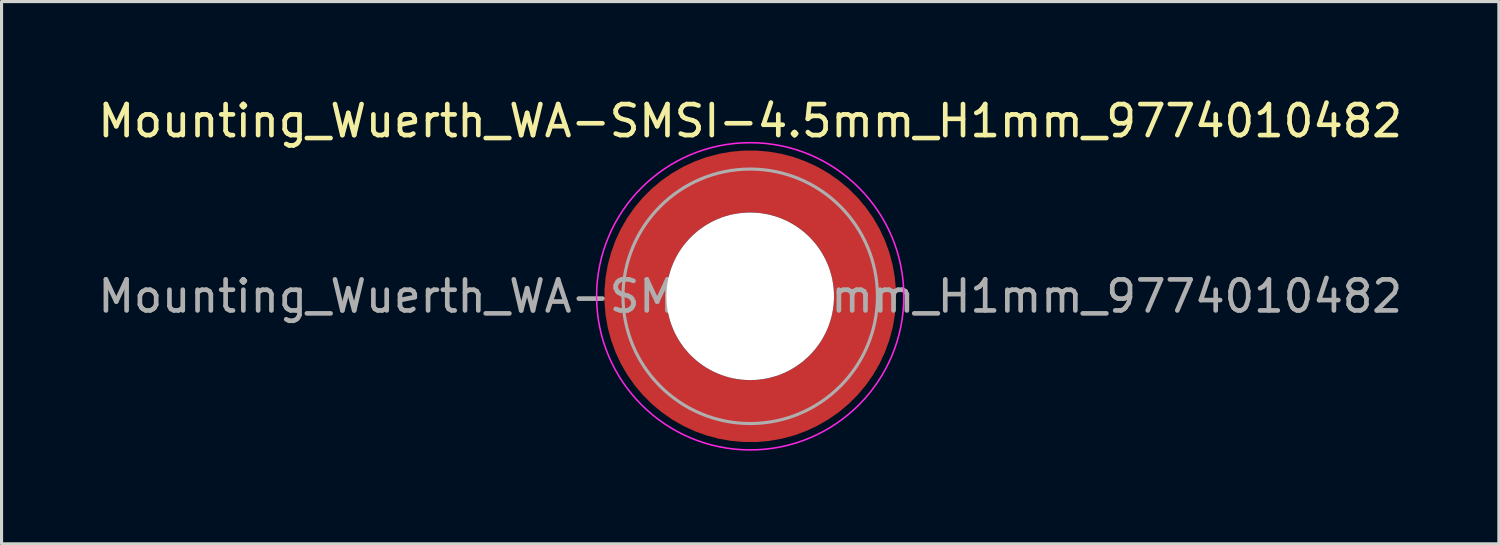
<source format=kicad_pcb>
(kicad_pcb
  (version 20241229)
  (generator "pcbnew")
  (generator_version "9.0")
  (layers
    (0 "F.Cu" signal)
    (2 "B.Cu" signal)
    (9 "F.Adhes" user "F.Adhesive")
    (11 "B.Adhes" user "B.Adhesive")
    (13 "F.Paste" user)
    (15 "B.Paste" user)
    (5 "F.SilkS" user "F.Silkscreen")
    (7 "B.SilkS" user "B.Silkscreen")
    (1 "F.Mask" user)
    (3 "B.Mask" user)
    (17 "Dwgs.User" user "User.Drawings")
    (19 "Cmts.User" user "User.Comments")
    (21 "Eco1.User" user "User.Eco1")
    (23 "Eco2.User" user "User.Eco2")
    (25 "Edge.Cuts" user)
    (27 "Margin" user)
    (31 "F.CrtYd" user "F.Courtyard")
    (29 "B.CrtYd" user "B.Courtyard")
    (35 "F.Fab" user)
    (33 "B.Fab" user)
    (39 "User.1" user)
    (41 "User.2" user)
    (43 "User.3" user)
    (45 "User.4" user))
  (footprint "Mounting_Wuerth_WA-SMSI-4.5mm_H1mm_9774010482"
    (layer "F.Cu")
    (at 21.125 6.498)
    (property "Reference" "Mounting_Wuerth_WA-SMSI-4.5mm_H1mm_9774010482" (at 0 -5.65 0) (layer "F.SilkS") (effects (font (size 1 1) (thickness 0.15))))
    (attr smd)
    (fp_circle (center 0 0) (end 4.95 0) (stroke (width 0.05) (type solid)) (fill no) (layer "F.CrtYd"))
    (fp_circle (center 0 0) (end 4.1 0) (stroke (width 0.1) (type solid)) (fill no) (layer "F.Fab"))
    (fp_text user "${REFERENCE}" (at 0 0 0) (layer "F.Fab") (effects (font (size 1 1) (thickness 0.15))))
    (pad "" smd custom (at -2.607 -2.607) (size 1.495 1.495) (layers "F.Paste") (options (anchor circle)) (primitives (gr_arc (start -0.188183 2.107456) (mid 0.598928 0.599619) (end 2.106494 -0.188011) (width 0.2)) (gr_arc (start -0.289416 2.107456) (mid 0.528508 0.529033) (end 2.106724 -0.28929) (width 0.2)) (gr_arc (start -0.390547 2.107456) (mid 0.457087 0.459449) (end 2.104161 -0.389996) (width 0.2)) (gr_arc (start -0.491585 2.107456) (mid 0.386415 0.389116) (end 2.103685 -0.490974) (width 0.2)) (gr_arc (start -0.59254 2.107456) (mid 0.31649 0.318035) (end 2.105297 -0.592202) (width 0.2)) (gr_arc (start -0.693419 2.107456) (mid 0.245252 0.248268) (end 2.103239 -0.692777) (width 0.2)) (gr_arc (start -0.794229 2.107456) (mid 0.174636 0.177878) (end 2.102921 -0.793559) (width 0.2)) (gr_arc (start -0.894975 2.107456) (mid 0.104643 0.106866) (end 2.104343 -0.894529) (width 0.2)) (gr_arc (start -0.995664 2.107456) (mid 0.033026 0.037479) (end 2.101219 -0.994793) (width 0.2)) (gr_arc (start -1.0963 2.107456) (mid -0.035789 -0.034714) (end 2.105949 -1.096096) (width 0.2)) (gr_arc (start -1.196886 2.107456) (mid -0.106351 -0.105157) (end 2.105783 -1.196666) (width 0.2)) (gr_arc (start -1.297427 2.107456) (mid -0.176416 -0.176097) (end 2.107009 -1.29737) (width 0.2)) (gr_arc (start -1.397927 2.107456) (mid -0.248476 -0.245042) (end 2.102638 -1.397323) (width 0.2)) (gr_arc (start -1.498388 2.107456) (mid -0.317612 -0.316913) (end 2.106475 -1.498268) (width 0.2)) (gr_arc (start -1.598813 2.107456) (mid -0.388865 -0.386665) (end 2.104366 -1.598444) (width 0.2)) (gr_arc (start -1.699204 2.107456) (mid -0.459747 -0.456787) (end 2.103299 -1.698719) (width 0.2)) (gr_arc (start -1.799565 2.107456) (mid -0.530257 -0.527283) (end 2.103277 -1.799089) (width 0.2)) (gr_arc (start -1.899896 2.107456) (mid -0.600396 -0.59815) (end 2.104299 -1.899545) (width 0.2)) (gr_arc (start -1.899896 2.107456) (mid -0.600396 -0.59815) (end 2.104299 -1.899545) (width 0.2)) (gr_line (start 2.107 -0.188) (end 2.107 -1.9) (width 0.2)) (gr_line (start -0.188 2.107) (end -1.9 2.107) (width 0.2))))
    (pad "" smd custom (at -2.607 2.607) (size 1.495 1.495) (layers "F.Paste") (options (anchor circle)) (primitives (gr_arc (start 2.107456 0.188183) (mid 0.599619 -0.598928) (end -0.188011 -2.106494) (width 0.2)) (gr_arc (start 2.107456 0.289416) (mid 0.529033 -0.528508) (end -0.28929 -2.106724) (width 0.2)) (gr_arc (start 2.107456 0.390547) (mid 0.459449 -0.457087) (end -0.389996 -2.104161) (width 0.2)) (gr_arc (start 2.107456 0.491585) (mid 0.389116 -0.386415) (end -0.490974 -2.103685) (width 0.2)) (gr_arc (start 2.107456 0.59254) (mid 0.318035 -0.31649) (end -0.592202 -2.105297) (width 0.2)) (gr_arc (start 2.107456 0.693419) (mid 0.248268 -0.245252) (end -0.692777 -2.103239) (width 0.2)) (gr_arc (start 2.107456 0.794229) (mid 0.177878 -0.174636) (end -0.793559 -2.102921) (width 0.2)) (gr_arc (start 2.107456 0.894975) (mid 0.106866 -0.104643) (end -0.894529 -2.104343) (width 0.2)) (gr_arc (start 2.107456 0.995664) (mid 0.037479 -0.033026) (end -0.994793 -2.101219) (width 0.2)) (gr_arc (start 2.107456 1.0963) (mid -0.034714 0.035789) (end -1.096096 -2.105949) (width 0.2)) (gr_arc (start 2.107456 1.196886) (mid -0.105157 0.106351) (end -1.196666 -2.105783) (width 0.2)) (gr_arc (start 2.107456 1.297427) (mid -0.176097 0.176416) (end -1.29737 -2.107009) (width 0.2)) (gr_arc (start 2.107456 1.397927) (mid -0.245042 0.248476) (end -1.397323 -2.102638) (width 0.2)) (gr_arc (start 2.107456 1.498388) (mid -0.316913 0.317612) (end -1.498268 -2.106475) (width 0.2)) (gr_arc (start 2.107456 1.598813) (mid -0.386665 0.388865) (end -1.598444 -2.104366) (width 0.2)) (gr_arc (start 2.107456 1.699204) (mid -0.456787 0.459747) (end -1.698719 -2.103299) (width 0.2)) (gr_arc (start 2.107456 1.799565) (mid -0.527283 0.530257) (end -1.799089 -2.103277) (width 0.2)) (gr_arc (start 2.107456 1.899896) (mid -0.59815 0.600396) (end -1.899545 -2.104299) (width 0.2)) (gr_arc (start 2.107456 1.899896) (mid -0.59815 0.600396) (end -1.899545 -2.104299) (width 0.2)) (gr_line (start -0.188 -2.107) (end -1.9 -2.107) (width 0.2)) (gr_line (start 2.107 0.188) (end 2.107 1.9) (width 0.2))))
    (pad "" np_thru_hole circle (at 0 0) (size 5.4 5.4) (drill 5.4) (layers "*.Cu" "*.Mask"))
    (pad "" smd custom (at 2.607 -2.607) (size 1.495 1.495) (layers "F.Paste") (options (anchor circle)) (primitives (gr_arc (start -2.107456 -0.188183) (mid -0.599619 0.598928) (end 0.188011 2.106494) (width 0.2)) (gr_arc (start -2.107456 -0.289416) (mid -0.529033 0.528508) (end 0.28929 2.106724) (width 0.2)) (gr_arc (start -2.107456 -0.390547) (mid -0.459449 0.457087) (end 0.389996 2.104161) (width 0.2)) (gr_arc (start -2.107456 -0.491585) (mid -0.389116 0.386415) (end 0.490974 2.103685) (width 0.2)) (gr_arc (start -2.107456 -0.59254) (mid -0.318035 0.31649) (end 0.592202 2.105297) (width 0.2)) (gr_arc (start -2.107456 -0.693419) (mid -0.248268 0.245252) (end 0.692777 2.103239) (width 0.2)) (gr_arc (start -2.107456 -0.794229) (mid -0.177878 0.174636) (end 0.793559 2.102921) (width 0.2)) (gr_arc (start -2.107456 -0.894975) (mid -0.106866 0.104643) (end 0.894529 2.104343) (width 0.2)) (gr_arc (start -2.107456 -0.995664) (mid -0.037479 0.033026) (end 0.994793 2.101219) (width 0.2)) (gr_arc (start -2.107456 -1.0963) (mid 0.034714 -0.035789) (end 1.096096 2.105949) (width 0.2)) (gr_arc (start -2.107456 -1.196886) (mid 0.105157 -0.106351) (end 1.196666 2.105783) (width 0.2)) (gr_arc (start -2.107456 -1.297427) (mid 0.176097 -0.176416) (end 1.29737 2.107009) (width 0.2)) (gr_arc (start -2.107456 -1.397927) (mid 0.245042 -0.248476) (end 1.397323 2.102638) (width 0.2)) (gr_arc (start -2.107456 -1.498388) (mid 0.316913 -0.317612) (end 1.498268 2.106475) (width 0.2)) (gr_arc (start -2.107456 -1.598813) (mid 0.386665 -0.388865) (end 1.598444 2.104366) (width 0.2)) (gr_arc (start -2.107456 -1.699204) (mid 0.456787 -0.459747) (end 1.698719 2.103299) (width 0.2)) (gr_arc (start -2.107456 -1.799565) (mid 0.527283 -0.530257) (end 1.799089 2.103277) (width 0.2)) (gr_arc (start -2.107456 -1.899896) (mid 0.59815 -0.600396) (end 1.899545 2.104299) (width 0.2)) (gr_arc (start -2.107456 -1.899896) (mid 0.59815 -0.600396) (end 1.899545 2.104299) (width 0.2)) (gr_line (start 0.188 2.107) (end 1.9 2.107) (width 0.2)) (gr_line (start -2.107 -0.188) (end -2.107 -1.9) (width 0.2))))
    (pad "" smd custom (at 2.607 2.607) (size 1.495 1.495) (layers "F.Paste") (options (anchor circle)) (primitives (gr_arc (start 0.188183 -2.107456) (mid -0.598928 -0.599619) (end -2.106494 0.188011) (width 0.2)) (gr_arc (start 0.289416 -2.107456) (mid -0.528508 -0.529033) (end -2.106724 0.28929) (width 0.2)) (gr_arc (start 0.390547 -2.107456) (mid -0.457087 -0.459449) (end -2.104161 0.389996) (width 0.2)) (gr_arc (start 0.491585 -2.107456) (mid -0.386415 -0.389116) (end -2.103685 0.490974) (width 0.2)) (gr_arc (start 0.59254 -2.107456) (mid -0.31649 -0.318035) (end -2.105297 0.592202) (width 0.2)) (gr_arc (start 0.693419 -2.107456) (mid -0.245252 -0.248268) (end -2.103239 0.692777) (width 0.2)) (gr_arc (start 0.794229 -2.107456) (mid -0.174636 -0.177878) (end -2.102921 0.793559) (width 0.2)) (gr_arc (start 0.894975 -2.107456) (mid -0.104643 -0.106866) (end -2.104343 0.894529) (width 0.2)) (gr_arc (start 0.995664 -2.107456) (mid -0.033026 -0.037479) (end -2.101219 0.994793) (width 0.2)) (gr_arc (start 1.0963 -2.107456) (mid 0.035789 0.034714) (end -2.105949 1.096096) (width 0.2)) (gr_arc (start 1.196886 -2.107456) (mid 0.106351 0.105157) (end -2.105783 1.196666) (width 0.2)) (gr_arc (start 1.297427 -2.107456) (mid 0.176416 0.176097) (end -2.107009 1.29737) (width 0.2)) (gr_arc (start 1.397927 -2.107456) (mid 0.248476 0.245042) (end -2.102638 1.397323) (width 0.2)) (gr_arc (start 1.498388 -2.107456) (mid 0.317612 0.316913) (end -2.106475 1.498268) (width 0.2)) (gr_arc (start 1.598813 -2.107456) (mid 0.388865 0.386665) (end -2.104366 1.598444) (width 0.2)) (gr_arc (start 1.699204 -2.107456) (mid 0.459747 0.456787) (end -2.103299 1.698719) (width 0.2)) (gr_arc (start 1.799565 -2.107456) (mid 0.530257 0.527283) (end -2.103277 1.799089) (width 0.2)) (gr_arc (start 1.899896 -2.107456) (mid 0.600396 0.59815) (end -2.104299 1.899545) (width 0.2)) (gr_arc (start 1.899896 -2.107456) (mid 0.600396 0.59815) (end -2.104299 1.899545) (width 0.2)) (gr_line (start -2.107 0.188) (end -2.107 1.9) (width 0.2)) (gr_line (start 0.188 -2.107) (end 1.9 -2.107) (width 0.2))))
    (pad "1" smd circle (at -3.7 0) (size 1.6 1.6) (layers "F.Cu"))
    (pad "1" smd circle (at 0 -3.7) (size 1.6 1.6) (layers "F.Cu"))
    (pad "1" smd circle (at 0 3.7) (size 1.6 1.6) (layers "F.Cu"))
    (pad "1" smd custom (at 3.7 0) (size 1.6 1.6) (layers "F.Cu" "F.Mask") (options (anchor circle)) (primitives (gr_circle (center -3.7 0) (end 0 0) (width 2) (fill no)))))
  (gr_rect
    (start -3 -3)
    (end 45.25 14.473)
    (stroke (width 0.1) (type default))
    (fill no)
    (layer "Edge.Cuts")))
</source>
